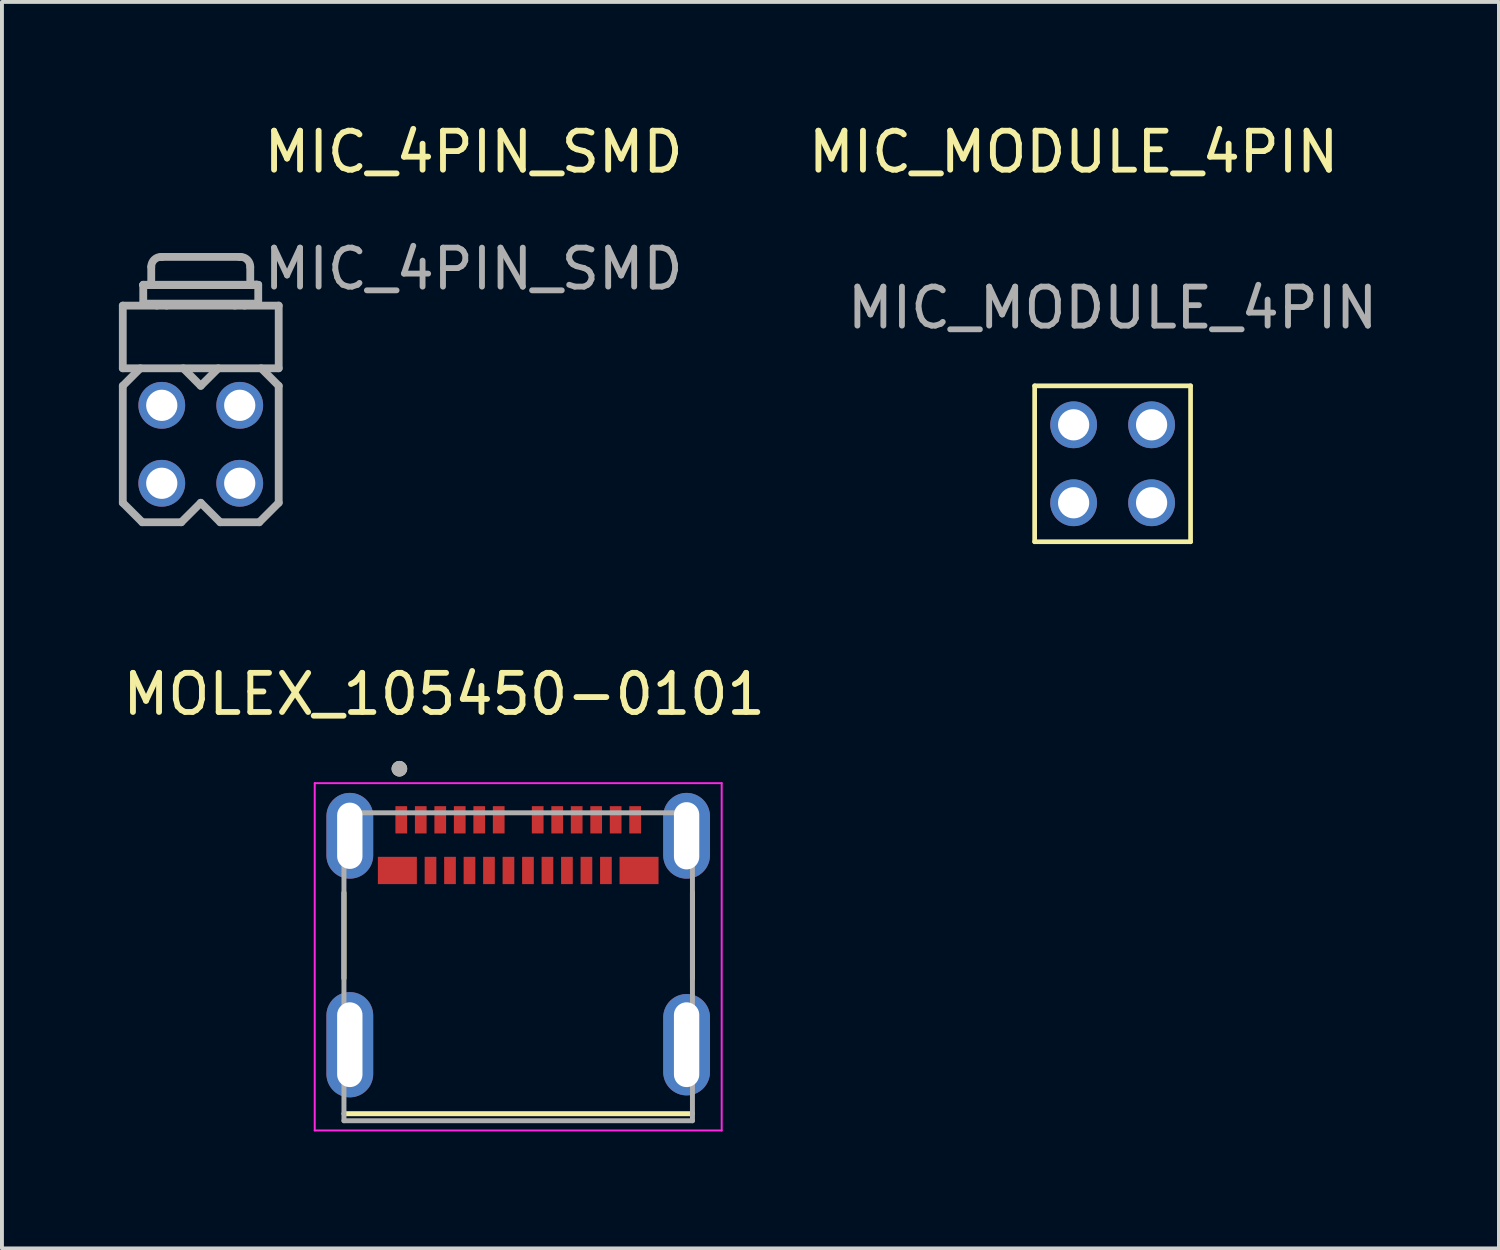
<source format=kicad_pcb>
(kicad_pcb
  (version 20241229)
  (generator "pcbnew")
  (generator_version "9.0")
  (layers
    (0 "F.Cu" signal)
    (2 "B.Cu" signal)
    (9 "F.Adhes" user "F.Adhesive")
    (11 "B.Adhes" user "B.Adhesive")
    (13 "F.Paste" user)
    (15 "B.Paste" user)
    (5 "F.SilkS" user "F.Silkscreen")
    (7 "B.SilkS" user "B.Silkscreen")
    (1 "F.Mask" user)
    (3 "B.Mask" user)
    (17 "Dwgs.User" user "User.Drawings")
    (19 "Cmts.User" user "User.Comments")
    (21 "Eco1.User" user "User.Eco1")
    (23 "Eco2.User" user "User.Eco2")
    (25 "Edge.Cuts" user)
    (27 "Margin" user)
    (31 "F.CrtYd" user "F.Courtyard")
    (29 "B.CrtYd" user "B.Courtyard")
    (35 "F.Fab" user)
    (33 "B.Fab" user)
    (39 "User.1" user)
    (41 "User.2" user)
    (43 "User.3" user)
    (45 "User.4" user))
  (footprint "MIC_4PIN_SMD"
    (layer "F.Cu")
    (at 1.1 7.348)
    (property "Reference" "MIC_4PIN_SMD" (at 8 -6.5 0) (unlocked yes) (layer "F.SilkS") (effects (font (size 1 1) (thickness 0.15))))
    (attr smd)
    (fp_line (start -1 -2.558) (end -1 -0.95) (stroke (width 0.2) (type solid)) (layer "F.Fab"))
    (fp_line (start -1 -2.558) (end 3 -2.558) (stroke (width 0.2) (type solid)) (layer "F.Fab"))
    (fp_line (start -1 -0.95) (end 3 -0.95) (stroke (width 0.2) (type solid)) (layer "F.Fab"))
    (fp_line (start -1 -0.5) (end -1 2.5) (stroke (width 0.2) (type solid)) (layer "F.Fab"))
    (fp_line (start -1 -0.5) (end -0.55 -0.95) (stroke (width 0.2) (type solid)) (layer "F.Fab"))
    (fp_line (start -0.5 3) (end -1 2.5) (stroke (width 0.2) (type solid)) (layer "F.Fab"))
    (fp_line (start -0.5 3) (end 0.5 3) (stroke (width 0.2) (type solid)) (layer "F.Fab"))
    (fp_line (start -0.475 -3.088) (end -0.475 -3.093) (stroke (width 0.2) (type solid)) (layer "F.Fab"))
    (fp_line (start -0.475 -3.088) (end -0.475 -2.613) (stroke (width 0.2) (type solid)) (layer "F.Fab"))
    (fp_line (start -0.473 -3.093) (end 2.473 -3.093) (stroke (width 0.2) (type solid)) (layer "F.Fab"))
    (fp_line (start -0.473 -3.088) (end 2.473 -3.088) (stroke (width 0.2) (type solid)) (layer "F.Fab"))
    (fp_line (start -0.473 -3.088) (end 2.473 -3.088) (stroke (width 0.2) (type solid)) (layer "F.Fab"))
    (fp_line (start -0.472 -2.608) (end 2.47 -2.608) (stroke (width 0.2) (type solid)) (layer "F.Fab"))
    (fp_line (start -0.27 -3.106) (end -0.27 -3.554) (stroke (width 0.2) (type solid)) (layer "F.Fab"))
    (fp_line (start -0.11 -2.6) (end -0.125 -2.558) (stroke (width 0.2) (type solid)) (layer "F.Fab"))
    (fp_line (start -0.016 -3.808) (end 0.009 -3.808) (stroke (width 0.2) (type solid)) (layer "F.Fab"))
    (fp_line (start 0.11 -2.6) (end -0.11 -2.6) (stroke (width 0.2) (type solid)) (layer "F.Fab"))
    (fp_line (start 0.11 -2.6) (end 0.125 -2.558) (stroke (width 0.2) (type solid)) (layer "F.Fab"))
    (fp_line (start 0.55 -0.95) (end 1 -0.5) (stroke (width 0.2) (type solid)) (layer "F.Fab"))
    (fp_line (start 1 -0.5) (end 1.45 -0.95) (stroke (width 0.2) (type solid)) (layer "F.Fab"))
    (fp_line (start 1 2.5) (end 0.5 3) (stroke (width 0.2) (type solid)) (layer "F.Fab"))
    (fp_line (start 1.5 3) (end 1 2.5) (stroke (width 0.2) (type solid)) (layer "F.Fab"))
    (fp_line (start 1.5 3) (end 2.5 3) (stroke (width 0.2) (type solid)) (layer "F.Fab"))
    (fp_line (start 1.89 -2.6) (end 1.875 -2.558) (stroke (width 0.2) (type solid)) (layer "F.Fab"))
    (fp_line (start 1.991 -3.808) (end 0.009 -3.808) (stroke (width 0.2) (type solid)) (layer "F.Fab"))
    (fp_line (start 1.991 -3.808) (end 2.016 -3.808) (stroke (width 0.2) (type solid)) (layer "F.Fab"))
    (fp_line (start 2.11 -2.6) (end 1.89 -2.6) (stroke (width 0.2) (type solid)) (layer "F.Fab"))
    (fp_line (start 2.11 -2.6) (end 2.125 -2.558) (stroke (width 0.2) (type solid)) (layer "F.Fab"))
    (fp_line (start 2.27 -3.106) (end 2.27 -3.554) (stroke (width 0.2) (type solid)) (layer "F.Fab"))
    (fp_line (start 2.32 -3.096) (end 2.435 -3.096) (stroke (width 0.2) (type solid)) (layer "F.Fab"))
    (fp_line (start 2.435 -3.093) (end 2.435 -3.096) (stroke (width 0.2) (type solid)) (layer "F.Fab"))
    (fp_line (start 2.475 -2.611) (end 2.475 -3.088) (stroke (width 0.2) (type solid)) (layer "F.Fab"))
    (fp_line (start 2.55 -0.95) (end 3 -0.5) (stroke (width 0.2) (type solid)) (layer "F.Fab"))
    (fp_line (start 3 -2.558) (end 3 -0.95) (stroke (width 0.2) (type solid)) (layer "F.Fab"))
    (fp_line (start 3 2.5) (end 2.5 3) (stroke (width 0.2) (type solid)) (layer "F.Fab"))
    (fp_line (start 3 2.5) (end 3 -0.5) (stroke (width 0.2) (type solid)) (layer "F.Fab"))
    (fp_arc (start -0.4725 -2.60867) (mid -0.47433 -2.6105) (end -0.475 -2.613) (stroke (width 0.2) (type solid)) (layer "F.Fab"))
    (fp_arc (start -0.27 -3.554) (mid -0.195605 -3.733605) (end -0.016 -3.808) (stroke (width 0.2) (type solid)) (layer "F.Fab"))
    (fp_arc (start 2.016 -3.808) (mid 2.195605 -3.733605) (end 2.27 -3.554) (stroke (width 0.2) (type solid)) (layer "F.Fab"))
    (fp_arc (start 2.47433 -2.6105) (mid 2.4725 -2.60867) (end 2.47 -2.608) (stroke (width 0.2) (type solid)) (layer "F.Fab"))
    (fp_text user "${REFERENCE}" (at 8 -3.5 0) (unlocked yes) (layer "F.Fab") (effects (font (size 1 1) (thickness 0.15))))
    (pad "1" thru_hole circle (at 0 0) (size 1.2 1.2) (drill 0.8) (layers "*.Cu" "*.Mask"))
    (pad "2" thru_hole circle (at 0 2) (size 1.2 1.2) (drill 0.8) (layers "*.Cu" "*.Mask"))
    (pad "3" thru_hole circle (at 2 2) (size 1.2 1.2) (drill 0.8) (layers "*.Cu" "*.Mask"))
    (pad "4" thru_hole circle (at 2 0) (size 1.2 1.2) (drill 0.8) (layers "*.Cu" "*.Mask")))
  (footprint "MOLEX_105450-0101"
    (layer "F.Cu")
    (at 10.244 21.751)
    (property "Reference" "MOLEX_105450-0101" (at -1.899 -6.993 0) (layer "F.SilkS") (effects (font (size 1.004 1.004) (thickness 0.15))))
    (attr through_hole)
    (fp_line (start -4.47 0.3) (end -4.47 -1.9) (stroke (width 0.127) (type solid)) (layer "F.SilkS"))
    (fp_line (start -4.47 3.77) (end 4.47 3.77) (stroke (width 0.127) (type solid)) (layer "F.SilkS"))
    (fp_line (start 4.47 0.3) (end 4.47 -1.9) (stroke (width 0.127) (type solid)) (layer "F.SilkS"))
    (fp_circle (center -3.048 -5.08) (end -2.948 -5.08) (stroke (width 0.2) (type solid)) (fill no) (layer "F.SilkS"))
    (fp_line (start -5.22 -4.71) (end 5.22 -4.71) (stroke (width 0.05) (type solid)) (layer "F.CrtYd"))
    (fp_line (start -5.22 4.2) (end -5.22 -4.71) (stroke (width 0.05) (type solid)) (layer "F.CrtYd"))
    (fp_line (start 5.22 -4.71) (end 5.22 4.2) (stroke (width 0.05) (type solid)) (layer "F.CrtYd"))
    (fp_line (start 5.22 4.2) (end -5.22 4.2) (stroke (width 0.05) (type solid)) (layer "F.CrtYd"))
    (fp_line (start -4.47 -3.95) (end -4.47 3.95) (stroke (width 0.127) (type solid)) (layer "F.Fab"))
    (fp_line (start -4.47 3.95) (end 4.47 3.95) (stroke (width 0.127) (type solid)) (layer "F.Fab"))
    (fp_line (start 4.47 -3.95) (end -4.47 -3.95) (stroke (width 0.127) (type solid)) (layer "F.Fab"))
    (fp_line (start 4.47 3.95) (end 4.47 -3.95) (stroke (width 0.127) (type solid)) (layer "F.Fab"))
    (fp_circle (center -3.048 -5.08) (end -2.948 -5.08) (stroke (width 0.2) (type solid)) (fill no) (layer "F.Fab"))
    (pad "A1" smd rect (at -3 -3.77) (size 0.3 0.7) (layers "F.Cu" "F.Mask" "F.Paste"))
    (pad "A2" smd rect (at -2.5 -3.77) (size 0.3 0.7) (layers "F.Cu" "F.Mask" "F.Paste"))
    (pad "A3" smd rect (at -2 -3.77) (size 0.3 0.7) (layers "F.Cu" "F.Mask" "F.Paste"))
    (pad "A4" smd rect (at -1.5 -3.77) (size 0.3 0.7) (layers "F.Cu" "F.Mask" "F.Paste"))
    (pad "A5" smd rect (at -1 -3.77) (size 0.3 0.7) (layers "F.Cu" "F.Mask" "F.Paste"))
    (pad "A6" smd rect (at -0.5 -3.77) (size 0.3 0.7) (layers "F.Cu" "F.Mask" "F.Paste"))
    (pad "A7" smd rect (at 0.5 -3.77) (size 0.3 0.7) (layers "F.Cu" "F.Mask" "F.Paste"))
    (pad "A8" smd rect (at 1 -3.77) (size 0.3 0.7) (layers "F.Cu" "F.Mask" "F.Paste"))
    (pad "A9" smd rect (at 1.5 -3.77) (size 0.3 0.7) (layers "F.Cu" "F.Mask" "F.Paste"))
    (pad "A10" smd rect (at 2 -3.77) (size 0.3 0.7) (layers "F.Cu" "F.Mask" "F.Paste"))
    (pad "A11" smd rect (at 2.5 -3.77) (size 0.3 0.7) (layers "F.Cu" "F.Mask" "F.Paste"))
    (pad "A12" smd rect (at 3 -3.77) (size 0.3 0.7) (layers "F.Cu" "F.Mask" "F.Paste"))
    (pad "B1" smd rect (at 3.1 -2.47) (size 1 0.7) (layers "F.Cu" "F.Mask" "F.Paste"))
    (pad "B2" smd rect (at 2.25 -2.47) (size 0.3 0.7) (layers "F.Cu" "F.Mask" "F.Paste"))
    (pad "B3" smd rect (at 1.75 -2.47) (size 0.3 0.7) (layers "F.Cu" "F.Mask" "F.Paste"))
    (pad "B4" smd rect (at 1.25 -2.47) (size 0.3 0.7) (layers "F.Cu" "F.Mask" "F.Paste"))
    (pad "B5" smd rect (at 0.75 -2.47) (size 0.3 0.7) (layers "F.Cu" "F.Mask" "F.Paste"))
    (pad "B6" smd rect (at 0.25 -2.47) (size 0.3 0.7) (layers "F.Cu" "F.Mask" "F.Paste"))
    (pad "B7" smd rect (at -0.25 -2.47) (size 0.3 0.7) (layers "F.Cu" "F.Mask" "F.Paste"))
    (pad "B8" smd rect (at -0.75 -2.47) (size 0.3 0.7) (layers "F.Cu" "F.Mask" "F.Paste"))
    (pad "B9" smd rect (at -1.25 -2.47) (size 0.3 0.7) (layers "F.Cu" "F.Mask" "F.Paste"))
    (pad "B10" smd rect (at -1.75 -2.47) (size 0.3 0.7) (layers "F.Cu" "F.Mask" "F.Paste"))
    (pad "B11" smd rect (at -2.25 -2.47) (size 0.3 0.7) (layers "F.Cu" "F.Mask" "F.Paste"))
    (pad "B12" smd rect (at -3.1 -2.47) (size 1 0.7) (layers "F.Cu" "F.Mask" "F.Paste"))
    (pad "S1" thru_hole oval (at -4.32 -3.36) (size 1.2 2.2) (drill oval 0.65 1.7) (layers "*.Cu" "*.Mask"))
    (pad "S2" thru_hole oval (at 4.32 -3.36) (size 1.2 2.2) (drill oval 0.65 1.725) (layers "*.Cu" "*.Mask"))
    (pad "S3" thru_hole oval (at -4.32 2) (size 1.2 2.7) (drill oval 0.65 2.175) (layers "*.Cu" "*.Mask"))
    (pad "S4" thru_hole oval (at 4.32 2) (size 1.2 2.6) (drill oval 0.65 2.175) (layers "*.Cu" "*.Mask"))
    (zone (net_name "") (layer "F.Cu") (hatch full 0.508) (connect_pads) (min_thickness 0.01) (filled_areas_thickness no) (keepout (tracks not_allowed) (vias not_allowed) (pads not_allowed) (copperpour not_allowed) (footprints allowed)) (placement (enabled no)) (fill) (polygon (pts (xy 6.744 19.871) (xy 13.744 19.871) (xy 13.744 25.521) (xy 6.744 25.521))))
    (zone (net_name "") (layers "F.Cu" "B.Cu") (hatch full 0.508) (connect_pads) (min_thickness 0.01) (filled_areas_thickness no) (keepout (tracks allowed) (vias not_allowed) (pads allowed) (copperpour allowed) (footprints allowed)) (placement (enabled no)) (fill) (polygon (pts (xy 6.744 19.871) (xy 13.744 19.871) (xy 13.744 25.521) (xy 6.744 25.521)))))
  (footprint "MIC_MODULE_4PIN"
    (layer "F.Cu")
    (at 24.493 7.848)
    (property "Reference" "MIC_MODULE_4PIN" (at 0 -7 0) (unlocked yes) (layer "F.SilkS") (effects (font (size 1 1) (thickness 0.15))))
    (attr smd)
    (fp_line (start -1 -1) (end 3 -1) (stroke (width 0.12) (type solid)) (layer "F.SilkS"))
    (fp_line (start -1 3) (end -1 -1) (stroke (width 0.12) (type solid)) (layer "F.SilkS"))
    (fp_line (start 3 -1) (end 3 3) (stroke (width 0.12) (type solid)) (layer "F.SilkS"))
    (fp_line (start 3 3) (end -1 3) (stroke (width 0.12) (type solid)) (layer "F.SilkS"))
    (fp_text user "${REFERENCE}" (at 1 -3 0) (unlocked yes) (layer "F.Fab") (effects (font (size 1 1) (thickness 0.15))))
    (pad "1" thru_hole circle (at 0 2) (size 1.2 1.2) (drill 0.8) (layers "*.Cu" "*.Mask"))
    (pad "2" thru_hole circle (at 2 2) (size 1.2 1.2) (drill 0.8) (layers "*.Cu" "*.Mask"))
    (pad "3" thru_hole circle (at 2 0) (size 1.2 1.2) (drill 0.8) (layers "*.Cu" "*.Mask"))
    (pad "4" thru_hole circle (at 0 0) (size 1.2 1.2) (drill 0.8) (layers "*.Cu" "*.Mask")))
  (gr_rect
    (start -3 -3)
    (end 35.404 28.976)
    (stroke (width 0.1) (type default))
    (fill no)
    (layer "Edge.Cuts")))
</source>
